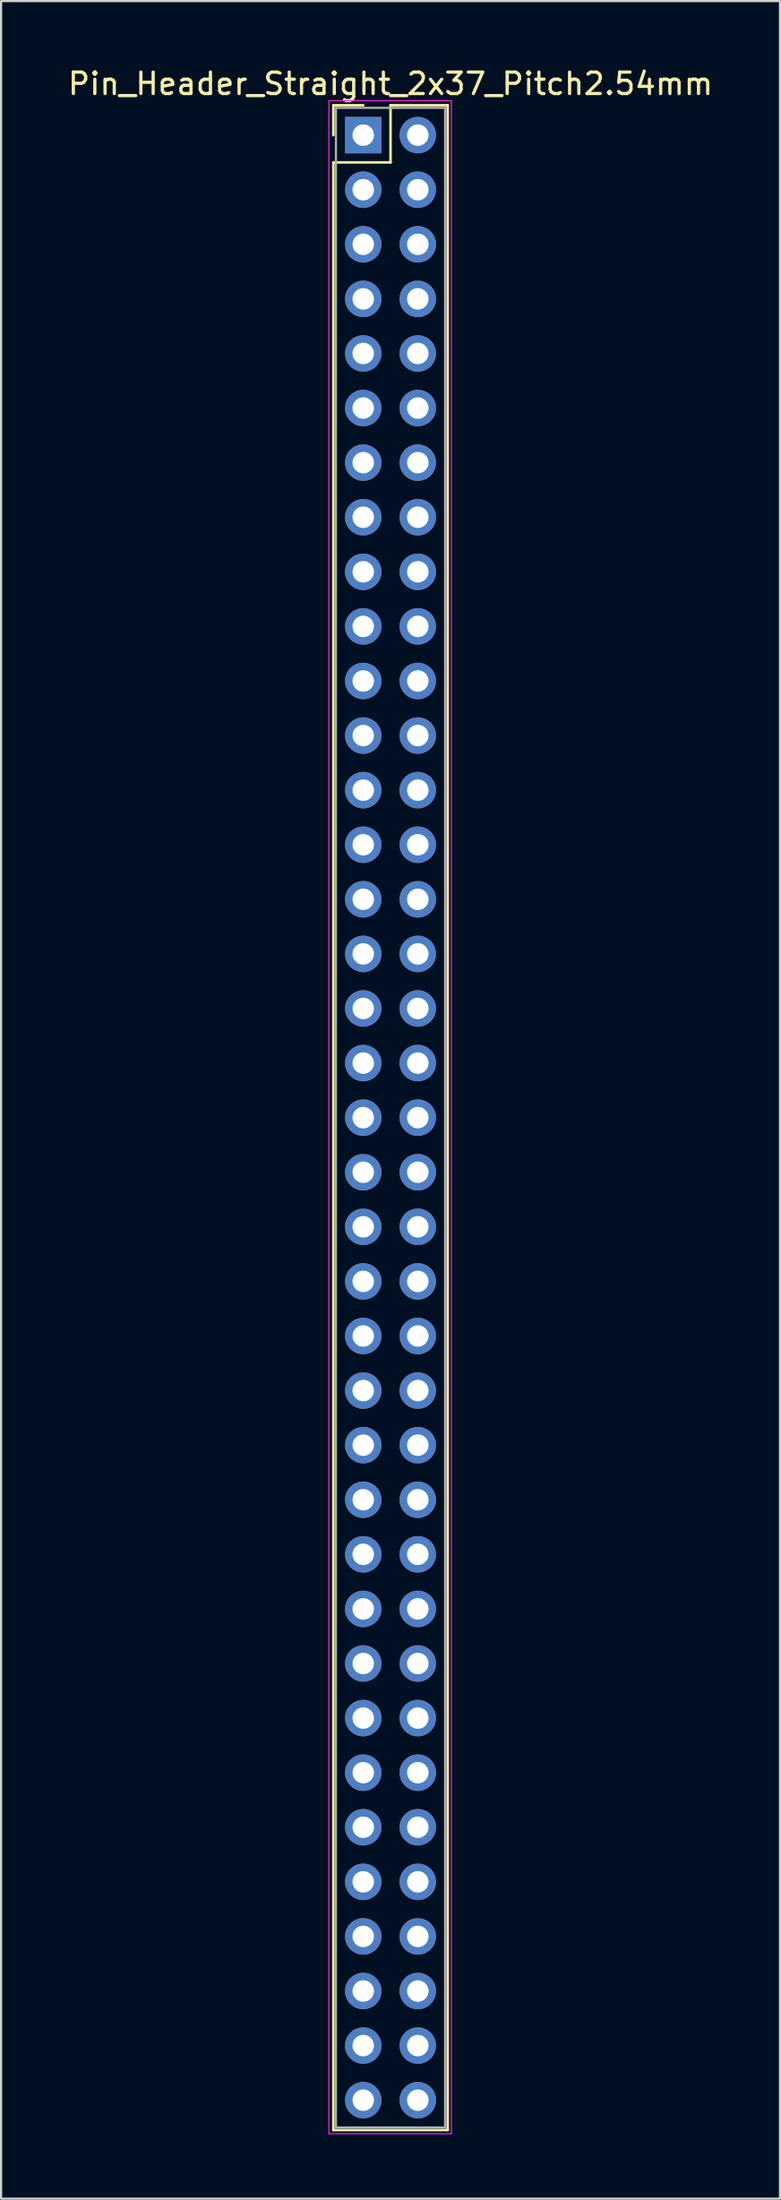
<source format=kicad_pcb>
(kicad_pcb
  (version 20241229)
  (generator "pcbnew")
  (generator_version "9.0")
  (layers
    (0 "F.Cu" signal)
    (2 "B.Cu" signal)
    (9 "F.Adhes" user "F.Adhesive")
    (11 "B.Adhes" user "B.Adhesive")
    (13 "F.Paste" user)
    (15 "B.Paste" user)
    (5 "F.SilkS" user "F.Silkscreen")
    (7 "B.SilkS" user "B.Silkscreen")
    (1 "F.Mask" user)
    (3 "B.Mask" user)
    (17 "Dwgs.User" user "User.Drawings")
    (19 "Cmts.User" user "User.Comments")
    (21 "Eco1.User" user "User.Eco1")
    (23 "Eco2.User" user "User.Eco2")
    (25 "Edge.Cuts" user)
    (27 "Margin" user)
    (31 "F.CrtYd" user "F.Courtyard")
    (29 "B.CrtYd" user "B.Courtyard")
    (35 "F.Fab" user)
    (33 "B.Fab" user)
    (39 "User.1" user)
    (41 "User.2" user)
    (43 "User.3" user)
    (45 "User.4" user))
  (footprint "Pin_Header_Straight_2x37_Pitch2.54mm"
    (layer "F.Cu")
    (at 13.855 3.238)
    (property "Reference" "Pin_Header_Straight_2x37_Pitch2.54mm" (at 1.27 -2.39 0) (layer "F.SilkS") (effects (font (size 1 1) (thickness 0.15))))
    (attr through_hole)
    (fp_line (start -1.39 -1.39) (end 0 -1.39) (stroke (width 0.12) (type solid)) (layer "F.SilkS"))
    (fp_line (start -1.39 0) (end -1.39 -1.39) (stroke (width 0.12) (type solid)) (layer "F.SilkS"))
    (fp_line (start -1.39 1.27) (end -1.39 92.83) (stroke (width 0.12) (type solid)) (layer "F.SilkS"))
    (fp_line (start -1.39 92.83) (end 3.93 92.83) (stroke (width 0.12) (type solid)) (layer "F.SilkS"))
    (fp_line (start 1.27 -1.39) (end 1.27 1.27) (stroke (width 0.12) (type solid)) (layer "F.SilkS"))
    (fp_line (start 1.27 1.27) (end -1.39 1.27) (stroke (width 0.12) (type solid)) (layer "F.SilkS"))
    (fp_line (start 3.93 -1.39) (end 1.27 -1.39) (stroke (width 0.12) (type solid)) (layer "F.SilkS"))
    (fp_line (start 3.93 92.83) (end 3.93 -1.39) (stroke (width 0.12) (type solid)) (layer "F.SilkS"))
    (fp_line (start -1.6 -1.6) (end -1.6 93) (stroke (width 0.05) (type solid)) (layer "F.CrtYd"))
    (fp_line (start -1.6 93) (end 4.1 93) (stroke (width 0.05) (type solid)) (layer "F.CrtYd"))
    (fp_line (start 4.1 -1.6) (end -1.6 -1.6) (stroke (width 0.05) (type solid)) (layer "F.CrtYd"))
    (fp_line (start 4.1 93) (end 4.1 -1.6) (stroke (width 0.05) (type solid)) (layer "F.CrtYd"))
    (fp_line (start -1.27 -1.27) (end -1.27 92.71) (stroke (width 0.1) (type solid)) (layer "F.Fab"))
    (fp_line (start -1.27 92.71) (end 3.81 92.71) (stroke (width 0.1) (type solid)) (layer "F.Fab"))
    (fp_line (start 3.81 -1.27) (end -1.27 -1.27) (stroke (width 0.1) (type solid)) (layer "F.Fab"))
    (fp_line (start 3.81 92.71) (end 3.81 -1.27) (stroke (width 0.1) (type solid)) (layer "F.Fab"))
    (pad "1" thru_hole rect (at 0 0) (size 1.7 1.7) (drill 1) (layers "*.Cu" "*.Mask"))
    (pad "2" thru_hole oval (at 2.54 0) (size 1.7 1.7) (drill 1) (layers "*.Cu" "*.Mask"))
    (pad "3" thru_hole oval (at 0 2.54) (size 1.7 1.7) (drill 1) (layers "*.Cu" "*.Mask"))
    (pad "4" thru_hole oval (at 2.54 2.54) (size 1.7 1.7) (drill 1) (layers "*.Cu" "*.Mask"))
    (pad "5" thru_hole oval (at 0 5.08) (size 1.7 1.7) (drill 1) (layers "*.Cu" "*.Mask"))
    (pad "6" thru_hole oval (at 2.54 5.08) (size 1.7 1.7) (drill 1) (layers "*.Cu" "*.Mask"))
    (pad "7" thru_hole oval (at 0 7.62) (size 1.7 1.7) (drill 1) (layers "*.Cu" "*.Mask"))
    (pad "8" thru_hole oval (at 2.54 7.62) (size 1.7 1.7) (drill 1) (layers "*.Cu" "*.Mask"))
    (pad "9" thru_hole oval (at 0 10.16) (size 1.7 1.7) (drill 1) (layers "*.Cu" "*.Mask"))
    (pad "10" thru_hole oval (at 2.54 10.16) (size 1.7 1.7) (drill 1) (layers "*.Cu" "*.Mask"))
    (pad "11" thru_hole oval (at 0 12.7) (size 1.7 1.7) (drill 1) (layers "*.Cu" "*.Mask"))
    (pad "12" thru_hole oval (at 2.54 12.7) (size 1.7 1.7) (drill 1) (layers "*.Cu" "*.Mask"))
    (pad "13" thru_hole oval (at 0 15.24) (size 1.7 1.7) (drill 1) (layers "*.Cu" "*.Mask"))
    (pad "14" thru_hole oval (at 2.54 15.24) (size 1.7 1.7) (drill 1) (layers "*.Cu" "*.Mask"))
    (pad "15" thru_hole oval (at 0 17.78) (size 1.7 1.7) (drill 1) (layers "*.Cu" "*.Mask"))
    (pad "16" thru_hole oval (at 2.54 17.78) (size 1.7 1.7) (drill 1) (layers "*.Cu" "*.Mask"))
    (pad "17" thru_hole oval (at 0 20.32) (size 1.7 1.7) (drill 1) (layers "*.Cu" "*.Mask"))
    (pad "18" thru_hole oval (at 2.54 20.32) (size 1.7 1.7) (drill 1) (layers "*.Cu" "*.Mask"))
    (pad "19" thru_hole oval (at 0 22.86) (size 1.7 1.7) (drill 1) (layers "*.Cu" "*.Mask"))
    (pad "20" thru_hole oval (at 2.54 22.86) (size 1.7 1.7) (drill 1) (layers "*.Cu" "*.Mask"))
    (pad "21" thru_hole oval (at 0 25.4) (size 1.7 1.7) (drill 1) (layers "*.Cu" "*.Mask"))
    (pad "22" thru_hole oval (at 2.54 25.4) (size 1.7 1.7) (drill 1) (layers "*.Cu" "*.Mask"))
    (pad "23" thru_hole oval (at 0 27.94) (size 1.7 1.7) (drill 1) (layers "*.Cu" "*.Mask"))
    (pad "24" thru_hole oval (at 2.54 27.94) (size 1.7 1.7) (drill 1) (layers "*.Cu" "*.Mask"))
    (pad "25" thru_hole oval (at 0 30.48) (size 1.7 1.7) (drill 1) (layers "*.Cu" "*.Mask"))
    (pad "26" thru_hole oval (at 2.54 30.48) (size 1.7 1.7) (drill 1) (layers "*.Cu" "*.Mask"))
    (pad "27" thru_hole oval (at 0 33.02) (size 1.7 1.7) (drill 1) (layers "*.Cu" "*.Mask"))
    (pad "28" thru_hole oval (at 2.54 33.02) (size 1.7 1.7) (drill 1) (layers "*.Cu" "*.Mask"))
    (pad "29" thru_hole oval (at 0 35.56) (size 1.7 1.7) (drill 1) (layers "*.Cu" "*.Mask"))
    (pad "30" thru_hole oval (at 2.54 35.56) (size 1.7 1.7) (drill 1) (layers "*.Cu" "*.Mask"))
    (pad "31" thru_hole oval (at 0 38.1) (size 1.7 1.7) (drill 1) (layers "*.Cu" "*.Mask"))
    (pad "32" thru_hole oval (at 2.54 38.1) (size 1.7 1.7) (drill 1) (layers "*.Cu" "*.Mask"))
    (pad "33" thru_hole oval (at 0 40.64) (size 1.7 1.7) (drill 1) (layers "*.Cu" "*.Mask"))
    (pad "34" thru_hole oval (at 2.54 40.64) (size 1.7 1.7) (drill 1) (layers "*.Cu" "*.Mask"))
    (pad "35" thru_hole oval (at 0 43.18) (size 1.7 1.7) (drill 1) (layers "*.Cu" "*.Mask"))
    (pad "36" thru_hole oval (at 2.54 43.18) (size 1.7 1.7) (drill 1) (layers "*.Cu" "*.Mask"))
    (pad "37" thru_hole oval (at 0 45.72) (size 1.7 1.7) (drill 1) (layers "*.Cu" "*.Mask"))
    (pad "38" thru_hole oval (at 2.54 45.72) (size 1.7 1.7) (drill 1) (layers "*.Cu" "*.Mask"))
    (pad "39" thru_hole oval (at 0 48.26) (size 1.7 1.7) (drill 1) (layers "*.Cu" "*.Mask"))
    (pad "40" thru_hole oval (at 2.54 48.26) (size 1.7 1.7) (drill 1) (layers "*.Cu" "*.Mask"))
    (pad "41" thru_hole oval (at 0 50.8) (size 1.7 1.7) (drill 1) (layers "*.Cu" "*.Mask"))
    (pad "42" thru_hole oval (at 2.54 50.8) (size 1.7 1.7) (drill 1) (layers "*.Cu" "*.Mask"))
    (pad "43" thru_hole oval (at 0 53.34) (size 1.7 1.7) (drill 1) (layers "*.Cu" "*.Mask"))
    (pad "44" thru_hole oval (at 2.54 53.34) (size 1.7 1.7) (drill 1) (layers "*.Cu" "*.Mask"))
    (pad "45" thru_hole oval (at 0 55.88) (size 1.7 1.7) (drill 1) (layers "*.Cu" "*.Mask"))
    (pad "46" thru_hole oval (at 2.54 55.88) (size 1.7 1.7) (drill 1) (layers "*.Cu" "*.Mask"))
    (pad "47" thru_hole oval (at 0 58.42) (size 1.7 1.7) (drill 1) (layers "*.Cu" "*.Mask"))
    (pad "48" thru_hole oval (at 2.54 58.42) (size 1.7 1.7) (drill 1) (layers "*.Cu" "*.Mask"))
    (pad "49" thru_hole oval (at 0 60.96) (size 1.7 1.7) (drill 1) (layers "*.Cu" "*.Mask"))
    (pad "50" thru_hole oval (at 2.54 60.96) (size 1.7 1.7) (drill 1) (layers "*.Cu" "*.Mask"))
    (pad "51" thru_hole oval (at 0 63.5) (size 1.7 1.7) (drill 1) (layers "*.Cu" "*.Mask"))
    (pad "52" thru_hole oval (at 2.54 63.5) (size 1.7 1.7) (drill 1) (layers "*.Cu" "*.Mask"))
    (pad "53" thru_hole oval (at 0 66.04) (size 1.7 1.7) (drill 1) (layers "*.Cu" "*.Mask"))
    (pad "54" thru_hole oval (at 2.54 66.04) (size 1.7 1.7) (drill 1) (layers "*.Cu" "*.Mask"))
    (pad "55" thru_hole oval (at 0 68.58) (size 1.7 1.7) (drill 1) (layers "*.Cu" "*.Mask"))
    (pad "56" thru_hole oval (at 2.54 68.58) (size 1.7 1.7) (drill 1) (layers "*.Cu" "*.Mask"))
    (pad "57" thru_hole oval (at 0 71.12) (size 1.7 1.7) (drill 1) (layers "*.Cu" "*.Mask"))
    (pad "58" thru_hole oval (at 2.54 71.12) (size 1.7 1.7) (drill 1) (layers "*.Cu" "*.Mask"))
    (pad "59" thru_hole oval (at 0 73.66) (size 1.7 1.7) (drill 1) (layers "*.Cu" "*.Mask"))
    (pad "60" thru_hole oval (at 2.54 73.66) (size 1.7 1.7) (drill 1) (layers "*.Cu" "*.Mask"))
    (pad "61" thru_hole oval (at 0 76.2) (size 1.7 1.7) (drill 1) (layers "*.Cu" "*.Mask"))
    (pad "62" thru_hole oval (at 2.54 76.2) (size 1.7 1.7) (drill 1) (layers "*.Cu" "*.Mask"))
    (pad "63" thru_hole oval (at 0 78.74) (size 1.7 1.7) (drill 1) (layers "*.Cu" "*.Mask"))
    (pad "64" thru_hole oval (at 2.54 78.74) (size 1.7 1.7) (drill 1) (layers "*.Cu" "*.Mask"))
    (pad "65" thru_hole oval (at 0 81.28) (size 1.7 1.7) (drill 1) (layers "*.Cu" "*.Mask"))
    (pad "66" thru_hole oval (at 2.54 81.28) (size 1.7 1.7) (drill 1) (layers "*.Cu" "*.Mask"))
    (pad "67" thru_hole oval (at 0 83.82) (size 1.7 1.7) (drill 1) (layers "*.Cu" "*.Mask"))
    (pad "68" thru_hole oval (at 2.54 83.82) (size 1.7 1.7) (drill 1) (layers "*.Cu" "*.Mask"))
    (pad "69" thru_hole oval (at 0 86.36) (size 1.7 1.7) (drill 1) (layers "*.Cu" "*.Mask"))
    (pad "70" thru_hole oval (at 2.54 86.36) (size 1.7 1.7) (drill 1) (layers "*.Cu" "*.Mask"))
    (pad "71" thru_hole oval (at 0 88.9) (size 1.7 1.7) (drill 1) (layers "*.Cu" "*.Mask"))
    (pad "72" thru_hole oval (at 2.54 88.9) (size 1.7 1.7) (drill 1) (layers "*.Cu" "*.Mask"))
    (pad "73" thru_hole oval (at 0 91.44) (size 1.7 1.7) (drill 1) (layers "*.Cu" "*.Mask"))
    (pad "74" thru_hole oval (at 2.54 91.44) (size 1.7 1.7) (drill 1) (layers "*.Cu" "*.Mask")))
  (gr_rect
    (start -3 -3)
    (end 33.25 99.263)
    (stroke (width 0.1) (type default))
    (fill no)
    (layer "Edge.Cuts")))
</source>
